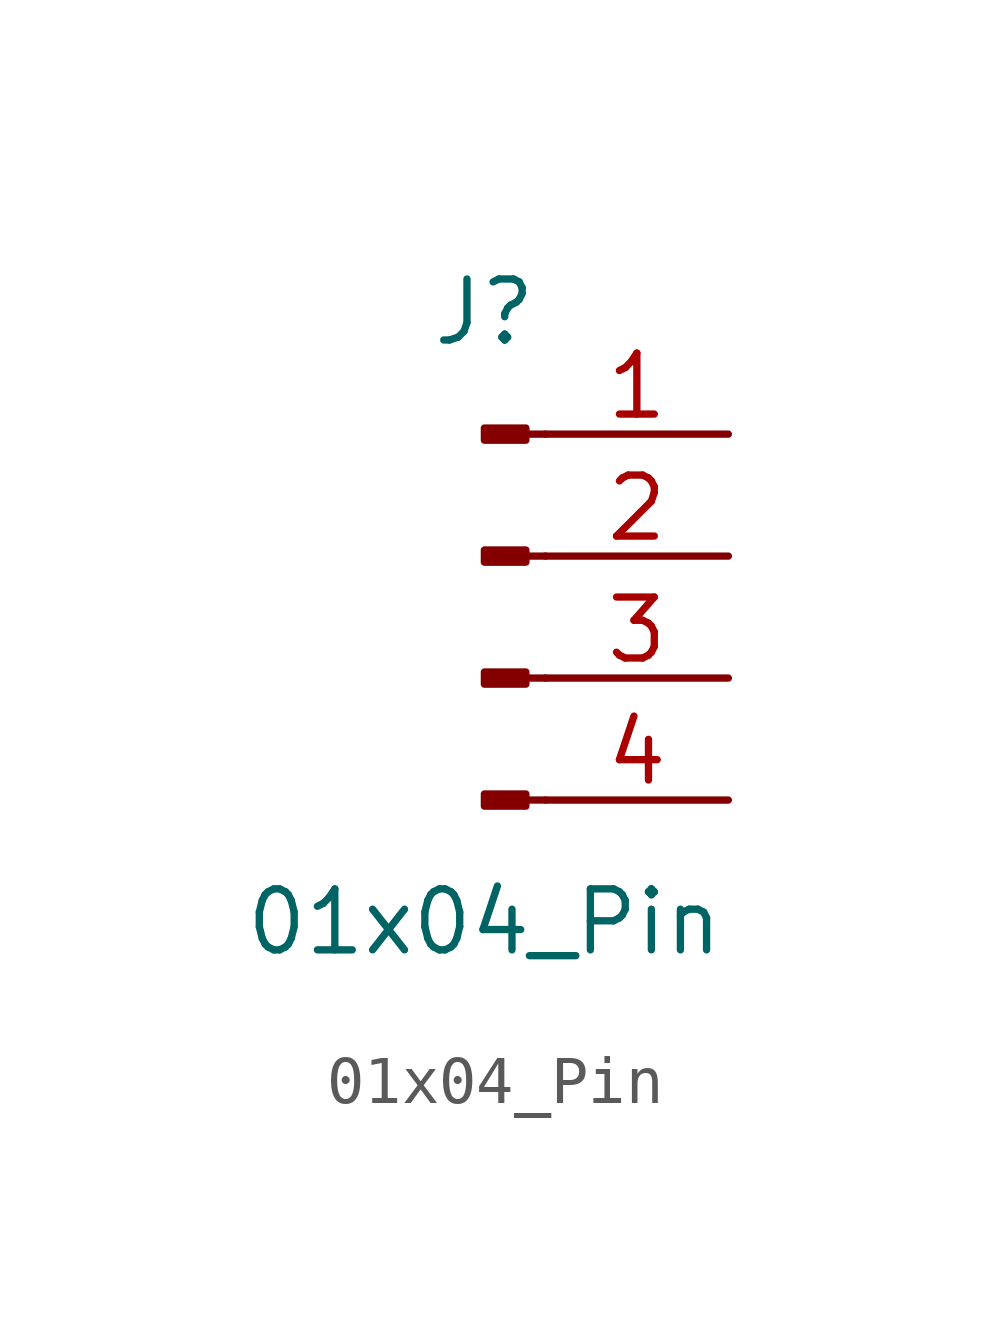
<source format=kicad_sym>
(kicad_symbol_lib
  (version 20231120)
  (generator "kicad_symbol_editor")
  (generator_version "8.0")
  (symbol "01x04_Pin"
    (pin_names
      (offset 1.016) hide)
    (property "Reference" "J"
      (at 0 5.08 0)
      (effects (font (size 1.27 1.27))))
    (property "Value" "01x04_Pin"
      (at 0 -7.62 0)
      (effects (font (size 1.27 1.27))))
    (symbol "01x04_Pin_1_1"
      (polyline (pts (xy 1.27 -5.08) (xy 0.864 -5.08)) (stroke (width 0.152) (type default)) (fill (type none)))
      (polyline (pts (xy 1.27 -2.54) (xy 0.864 -2.54)) (stroke (width 0.152) (type default)) (fill (type none)))
      (polyline (pts (xy 1.27 0) (xy 0.864 0)) (stroke (width 0.152) (type default)) (fill (type none)))
      (polyline (pts (xy 1.27 2.54) (xy 0.864 2.54)) (stroke (width 0.152) (type default)) (fill (type none)))
      (rectangle (start 0.864 -4.953) (end 0 -5.207) (stroke (width 0.152) (type default)) (fill (type outline)))
      (rectangle (start 0.864 -2.413) (end 0 -2.667) (stroke (width 0.152) (type default)) (fill (type outline)))
      (rectangle (start 0.864 0.127) (end 0 -0.127) (stroke (width 0.152) (type default)) (fill (type outline)))
      (rectangle (start 0.864 2.667) (end 0 2.413) (stroke (width 0.152) (type default)) (fill (type outline)))
      (pin passive line (at 5.08 2.54 180) (length 3.81) (name "Pin_1" (effects (font (size 1.27 1.27)))) (number "1" (effects (font (size 1.27 1.27)))))
      (pin passive line (at 5.08 0 180) (length 3.81) (name "Pin_2" (effects (font (size 1.27 1.27)))) (number "2" (effects (font (size 1.27 1.27)))))
      (pin passive line (at 5.08 -2.54 180) (length 3.81) (name "Pin_3" (effects (font (size 1.27 1.27)))) (number "3" (effects (font (size 1.27 1.27)))))
      (pin passive line (at 5.08 -5.08 180) (length 3.81) (name "Pin_4" (effects (font (size 1.27 1.27)))) (number "4" (effects (font (size 1.27 1.27))))))))
</source>
